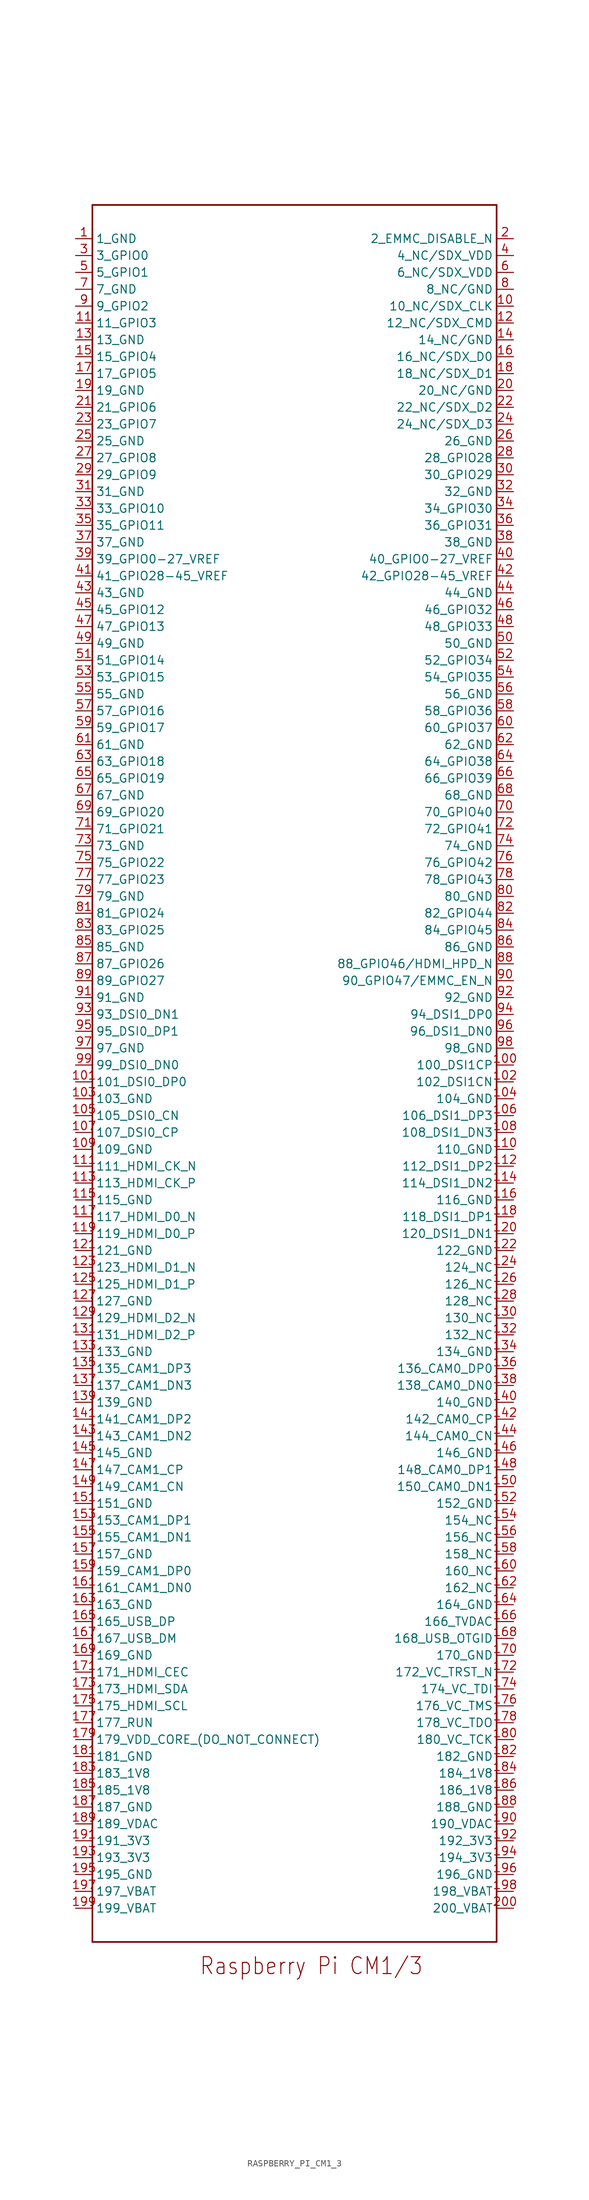
<source format=kicad_sym>
(kicad_symbol_lib
  (version 20211014)
  (generator kicad_symbol_editor)
  (symbol "RASPBERRY_PI_CM1_3"
    (pin_names)
    (property "Reference" "U"
      (at 0 0 0)
      (effects (font (size 1.27 1.27)) (justify left bottom) hide))
    (property "Datasheet" ""
      (at 0 0 0))
    (property "ki_fp_filters" "FlashPCB_DevBoards:RASPBERRY_PI_CM3_1 FlashPCB_DevBoards:RASPBERRY_PI_CM3_1_MOUNTHOLES"
      (at 0 0 0))
    (symbol "RASPBERRY_PI_CM1_3_1_1"
      (text "Raspberry Pi CM1/3" (at 2.54 -144.78 0) (effects (font (size 2.54 2.172)) (justify bottom)))
      (polyline (pts (xy -30.48 121.92) (xy 30.48 121.92)) (stroke (width 0.254)) (fill (type none)))
      (polyline (pts (xy 30.48 121.92) (xy 30.48 -139.7)) (stroke (width 0.254)) (fill (type none)))
      (polyline (pts (xy 30.48 -139.7) (xy -30.48 -139.7)) (stroke (width 0.254)) (fill (type none)))
      (polyline (pts (xy -30.48 -139.7) (xy -30.48 121.92)) (stroke (width 0.254)) (fill (type none)))
      (pin bidirectional line (at -33.02 116.84 0) (length 2.54) (name "1_GND" (effects (font (size 1.27 1.27)))) (number "1" (effects (font (size 1.27 1.27)))))
      (pin bidirectional line (at 33.02 116.84 180) (length 2.54) (name "2_EMMC_DISABLE_N" (effects (font (size 1.27 1.27)))) (number "2" (effects (font (size 1.27 1.27)))))
      (pin bidirectional line (at -33.02 114.3 0) (length 2.54) (name "3_GPIO0" (effects (font (size 1.27 1.27)))) (number "3" (effects (font (size 1.27 1.27)))))
      (pin bidirectional line (at 33.02 114.3 180) (length 2.54) (name "4_NC/SDX_VDD" (effects (font (size 1.27 1.27)))) (number "4" (effects (font (size 1.27 1.27)))))
      (pin bidirectional line (at -33.02 111.76 0) (length 2.54) (name "5_GPIO1" (effects (font (size 1.27 1.27)))) (number "5" (effects (font (size 1.27 1.27)))))
      (pin bidirectional line (at 33.02 111.76 180) (length 2.54) (name "6_NC/SDX_VDD" (effects (font (size 1.27 1.27)))) (number "6" (effects (font (size 1.27 1.27)))))
      (pin bidirectional line (at -33.02 109.22 0) (length 2.54) (name "7_GND" (effects (font (size 1.27 1.27)))) (number "7" (effects (font (size 1.27 1.27)))))
      (pin bidirectional line (at 33.02 109.22 180) (length 2.54) (name "8_NC/GND" (effects (font (size 1.27 1.27)))) (number "8" (effects (font (size 1.27 1.27)))))
      (pin bidirectional line (at -33.02 106.68 0) (length 2.54) (name "9_GPIO2" (effects (font (size 1.27 1.27)))) (number "9" (effects (font (size 1.27 1.27)))))
      (pin bidirectional line (at 33.02 106.68 180) (length 2.54) (name "10_NC/SDX_CLK" (effects (font (size 1.27 1.27)))) (number "10" (effects (font (size 1.27 1.27)))))
      (pin bidirectional line (at -33.02 104.14 0) (length 2.54) (name "11_GPIO3" (effects (font (size 1.27 1.27)))) (number "11" (effects (font (size 1.27 1.27)))))
      (pin bidirectional line (at 33.02 104.14 180) (length 2.54) (name "12_NC/SDX_CMD" (effects (font (size 1.27 1.27)))) (number "12" (effects (font (size 1.27 1.27)))))
      (pin bidirectional line (at -33.02 101.6 0) (length 2.54) (name "13_GND" (effects (font (size 1.27 1.27)))) (number "13" (effects (font (size 1.27 1.27)))))
      (pin bidirectional line (at 33.02 101.6 180) (length 2.54) (name "14_NC/GND" (effects (font (size 1.27 1.27)))) (number "14" (effects (font (size 1.27 1.27)))))
      (pin bidirectional line (at -33.02 99.06 0) (length 2.54) (name "15_GPIO4" (effects (font (size 1.27 1.27)))) (number "15" (effects (font (size 1.27 1.27)))))
      (pin bidirectional line (at 33.02 99.06 180) (length 2.54) (name "16_NC/SDX_D0" (effects (font (size 1.27 1.27)))) (number "16" (effects (font (size 1.27 1.27)))))
      (pin bidirectional line (at -33.02 96.52 0) (length 2.54) (name "17_GPIO5" (effects (font (size 1.27 1.27)))) (number "17" (effects (font (size 1.27 1.27)))))
      (pin bidirectional line (at 33.02 96.52 180) (length 2.54) (name "18_NC/SDX_D1" (effects (font (size 1.27 1.27)))) (number "18" (effects (font (size 1.27 1.27)))))
      (pin bidirectional line (at -33.02 93.98 0) (length 2.54) (name "19_GND" (effects (font (size 1.27 1.27)))) (number "19" (effects (font (size 1.27 1.27)))))
      (pin bidirectional line (at 33.02 93.98 180) (length 2.54) (name "20_NC/GND" (effects (font (size 1.27 1.27)))) (number "20" (effects (font (size 1.27 1.27)))))
      (pin bidirectional line (at -33.02 91.44 0) (length 2.54) (name "21_GPIO6" (effects (font (size 1.27 1.27)))) (number "21" (effects (font (size 1.27 1.27)))))
      (pin bidirectional line (at 33.02 91.44 180) (length 2.54) (name "22_NC/SDX_D2" (effects (font (size 1.27 1.27)))) (number "22" (effects (font (size 1.27 1.27)))))
      (pin bidirectional line (at -33.02 88.9 0) (length 2.54) (name "23_GPIO7" (effects (font (size 1.27 1.27)))) (number "23" (effects (font (size 1.27 1.27)))))
      (pin bidirectional line (at 33.02 88.9 180) (length 2.54) (name "24_NC/SDX_D3" (effects (font (size 1.27 1.27)))) (number "24" (effects (font (size 1.27 1.27)))))
      (pin bidirectional line (at -33.02 86.36 0) (length 2.54) (name "25_GND" (effects (font (size 1.27 1.27)))) (number "25" (effects (font (size 1.27 1.27)))))
      (pin bidirectional line (at 33.02 86.36 180) (length 2.54) (name "26_GND" (effects (font (size 1.27 1.27)))) (number "26" (effects (font (size 1.27 1.27)))))
      (pin bidirectional line (at -33.02 83.82 0) (length 2.54) (name "27_GPIO8" (effects (font (size 1.27 1.27)))) (number "27" (effects (font (size 1.27 1.27)))))
      (pin bidirectional line (at 33.02 83.82 180) (length 2.54) (name "28_GPIO28" (effects (font (size 1.27 1.27)))) (number "28" (effects (font (size 1.27 1.27)))))
      (pin bidirectional line (at -33.02 81.28 0) (length 2.54) (name "29_GPIO9" (effects (font (size 1.27 1.27)))) (number "29" (effects (font (size 1.27 1.27)))))
      (pin bidirectional line (at 33.02 81.28 180) (length 2.54) (name "30_GPIO29" (effects (font (size 1.27 1.27)))) (number "30" (effects (font (size 1.27 1.27)))))
      (pin bidirectional line (at -33.02 78.74 0) (length 2.54) (name "31_GND" (effects (font (size 1.27 1.27)))) (number "31" (effects (font (size 1.27 1.27)))))
      (pin bidirectional line (at 33.02 78.74 180) (length 2.54) (name "32_GND" (effects (font (size 1.27 1.27)))) (number "32" (effects (font (size 1.27 1.27)))))
      (pin bidirectional line (at -33.02 76.2 0) (length 2.54) (name "33_GPIO10" (effects (font (size 1.27 1.27)))) (number "33" (effects (font (size 1.27 1.27)))))
      (pin bidirectional line (at 33.02 76.2 180) (length 2.54) (name "34_GPIO30" (effects (font (size 1.27 1.27)))) (number "34" (effects (font (size 1.27 1.27)))))
      (pin bidirectional line (at -33.02 73.66 0) (length 2.54) (name "35_GPIO11" (effects (font (size 1.27 1.27)))) (number "35" (effects (font (size 1.27 1.27)))))
      (pin bidirectional line (at 33.02 73.66 180) (length 2.54) (name "36_GPIO31" (effects (font (size 1.27 1.27)))) (number "36" (effects (font (size 1.27 1.27)))))
      (pin bidirectional line (at -33.02 71.12 0) (length 2.54) (name "37_GND" (effects (font (size 1.27 1.27)))) (number "37" (effects (font (size 1.27 1.27)))))
      (pin bidirectional line (at 33.02 71.12 180) (length 2.54) (name "38_GND" (effects (font (size 1.27 1.27)))) (number "38" (effects (font (size 1.27 1.27)))))
      (pin bidirectional line (at -33.02 68.58 0) (length 2.54) (name "39_GPIO0-27_VREF" (effects (font (size 1.27 1.27)))) (number "39" (effects (font (size 1.27 1.27)))))
      (pin bidirectional line (at 33.02 68.58 180) (length 2.54) (name "40_GPIO0-27_VREF" (effects (font (size 1.27 1.27)))) (number "40" (effects (font (size 1.27 1.27)))))
      (pin bidirectional line (at -33.02 66.04 0) (length 2.54) (name "41_GPIO28-45_VREF" (effects (font (size 1.27 1.27)))) (number "41" (effects (font (size 1.27 1.27)))))
      (pin bidirectional line (at 33.02 66.04 180) (length 2.54) (name "42_GPIO28-45_VREF" (effects (font (size 1.27 1.27)))) (number "42" (effects (font (size 1.27 1.27)))))
      (pin bidirectional line (at -33.02 63.5 0) (length 2.54) (name "43_GND" (effects (font (size 1.27 1.27)))) (number "43" (effects (font (size 1.27 1.27)))))
      (pin bidirectional line (at 33.02 63.5 180) (length 2.54) (name "44_GND" (effects (font (size 1.27 1.27)))) (number "44" (effects (font (size 1.27 1.27)))))
      (pin bidirectional line (at -33.02 60.96 0) (length 2.54) (name "45_GPIO12" (effects (font (size 1.27 1.27)))) (number "45" (effects (font (size 1.27 1.27)))))
      (pin bidirectional line (at 33.02 60.96 180) (length 2.54) (name "46_GPIO32" (effects (font (size 1.27 1.27)))) (number "46" (effects (font (size 1.27 1.27)))))
      (pin bidirectional line (at -33.02 58.42 0) (length 2.54) (name "47_GPIO13" (effects (font (size 1.27 1.27)))) (number "47" (effects (font (size 1.27 1.27)))))
      (pin bidirectional line (at 33.02 58.42 180) (length 2.54) (name "48_GPIO33" (effects (font (size 1.27 1.27)))) (number "48" (effects (font (size 1.27 1.27)))))
      (pin bidirectional line (at -33.02 55.88 0) (length 2.54) (name "49_GND" (effects (font (size 1.27 1.27)))) (number "49" (effects (font (size 1.27 1.27)))))
      (pin bidirectional line (at 33.02 55.88 180) (length 2.54) (name "50_GND" (effects (font (size 1.27 1.27)))) (number "50" (effects (font (size 1.27 1.27)))))
      (pin bidirectional line (at -33.02 53.34 0) (length 2.54) (name "51_GPIO14" (effects (font (size 1.27 1.27)))) (number "51" (effects (font (size 1.27 1.27)))))
      (pin bidirectional line (at 33.02 53.34 180) (length 2.54) (name "52_GPIO34" (effects (font (size 1.27 1.27)))) (number "52" (effects (font (size 1.27 1.27)))))
      (pin bidirectional line (at -33.02 50.8 0) (length 2.54) (name "53_GPIO15" (effects (font (size 1.27 1.27)))) (number "53" (effects (font (size 1.27 1.27)))))
      (pin bidirectional line (at 33.02 50.8 180) (length 2.54) (name "54_GPIO35" (effects (font (size 1.27 1.27)))) (number "54" (effects (font (size 1.27 1.27)))))
      (pin bidirectional line (at -33.02 48.26 0) (length 2.54) (name "55_GND" (effects (font (size 1.27 1.27)))) (number "55" (effects (font (size 1.27 1.27)))))
      (pin bidirectional line (at 33.02 48.26 180) (length 2.54) (name "56_GND" (effects (font (size 1.27 1.27)))) (number "56" (effects (font (size 1.27 1.27)))))
      (pin bidirectional line (at -33.02 45.72 0) (length 2.54) (name "57_GPIO16" (effects (font (size 1.27 1.27)))) (number "57" (effects (font (size 1.27 1.27)))))
      (pin bidirectional line (at 33.02 45.72 180) (length 2.54) (name "58_GPIO36" (effects (font (size 1.27 1.27)))) (number "58" (effects (font (size 1.27 1.27)))))
      (pin bidirectional line (at -33.02 43.18 0) (length 2.54) (name "59_GPIO17" (effects (font (size 1.27 1.27)))) (number "59" (effects (font (size 1.27 1.27)))))
      (pin bidirectional line (at 33.02 43.18 180) (length 2.54) (name "60_GPIO37" (effects (font (size 1.27 1.27)))) (number "60" (effects (font (size 1.27 1.27)))))
      (pin bidirectional line (at -33.02 40.64 0) (length 2.54) (name "61_GND" (effects (font (size 1.27 1.27)))) (number "61" (effects (font (size 1.27 1.27)))))
      (pin bidirectional line (at 33.02 40.64 180) (length 2.54) (name "62_GND" (effects (font (size 1.27 1.27)))) (number "62" (effects (font (size 1.27 1.27)))))
      (pin bidirectional line (at -33.02 38.1 0) (length 2.54) (name "63_GPIO18" (effects (font (size 1.27 1.27)))) (number "63" (effects (font (size 1.27 1.27)))))
      (pin bidirectional line (at 33.02 38.1 180) (length 2.54) (name "64_GPIO38" (effects (font (size 1.27 1.27)))) (number "64" (effects (font (size 1.27 1.27)))))
      (pin bidirectional line (at -33.02 35.56 0) (length 2.54) (name "65_GPIO19" (effects (font (size 1.27 1.27)))) (number "65" (effects (font (size 1.27 1.27)))))
      (pin bidirectional line (at 33.02 35.56 180) (length 2.54) (name "66_GPIO39" (effects (font (size 1.27 1.27)))) (number "66" (effects (font (size 1.27 1.27)))))
      (pin bidirectional line (at -33.02 33.02 0) (length 2.54) (name "67_GND" (effects (font (size 1.27 1.27)))) (number "67" (effects (font (size 1.27 1.27)))))
      (pin bidirectional line (at 33.02 33.02 180) (length 2.54) (name "68_GND" (effects (font (size 1.27 1.27)))) (number "68" (effects (font (size 1.27 1.27)))))
      (pin bidirectional line (at -33.02 30.48 0) (length 2.54) (name "69_GPIO20" (effects (font (size 1.27 1.27)))) (number "69" (effects (font (size 1.27 1.27)))))
      (pin bidirectional line (at 33.02 30.48 180) (length 2.54) (name "70_GPIO40" (effects (font (size 1.27 1.27)))) (number "70" (effects (font (size 1.27 1.27)))))
      (pin bidirectional line (at -33.02 27.94 0) (length 2.54) (name "71_GPIO21" (effects (font (size 1.27 1.27)))) (number "71" (effects (font (size 1.27 1.27)))))
      (pin bidirectional line (at 33.02 27.94 180) (length 2.54) (name "72_GPIO41" (effects (font (size 1.27 1.27)))) (number "72" (effects (font (size 1.27 1.27)))))
      (pin bidirectional line (at -33.02 25.4 0) (length 2.54) (name "73_GND" (effects (font (size 1.27 1.27)))) (number "73" (effects (font (size 1.27 1.27)))))
      (pin bidirectional line (at 33.02 25.4 180) (length 2.54) (name "74_GND" (effects (font (size 1.27 1.27)))) (number "74" (effects (font (size 1.27 1.27)))))
      (pin bidirectional line (at -33.02 22.86 0) (length 2.54) (name "75_GPIO22" (effects (font (size 1.27 1.27)))) (number "75" (effects (font (size 1.27 1.27)))))
      (pin bidirectional line (at 33.02 22.86 180) (length 2.54) (name "76_GPIO42" (effects (font (size 1.27 1.27)))) (number "76" (effects (font (size 1.27 1.27)))))
      (pin bidirectional line (at -33.02 20.32 0) (length 2.54) (name "77_GPIO23" (effects (font (size 1.27 1.27)))) (number "77" (effects (font (size 1.27 1.27)))))
      (pin bidirectional line (at 33.02 20.32 180) (length 2.54) (name "78_GPIO43" (effects (font (size 1.27 1.27)))) (number "78" (effects (font (size 1.27 1.27)))))
      (pin bidirectional line (at -33.02 17.78 0) (length 2.54) (name "79_GND" (effects (font (size 1.27 1.27)))) (number "79" (effects (font (size 1.27 1.27)))))
      (pin bidirectional line (at 33.02 17.78 180) (length 2.54) (name "80_GND" (effects (font (size 1.27 1.27)))) (number "80" (effects (font (size 1.27 1.27)))))
      (pin bidirectional line (at -33.02 15.24 0) (length 2.54) (name "81_GPIO24" (effects (font (size 1.27 1.27)))) (number "81" (effects (font (size 1.27 1.27)))))
      (pin bidirectional line (at 33.02 15.24 180) (length 2.54) (name "82_GPIO44" (effects (font (size 1.27 1.27)))) (number "82" (effects (font (size 1.27 1.27)))))
      (pin bidirectional line (at -33.02 12.7 0) (length 2.54) (name "83_GPIO25" (effects (font (size 1.27 1.27)))) (number "83" (effects (font (size 1.27 1.27)))))
      (pin bidirectional line (at 33.02 12.7 180) (length 2.54) (name "84_GPIO45" (effects (font (size 1.27 1.27)))) (number "84" (effects (font (size 1.27 1.27)))))
      (pin bidirectional line (at -33.02 10.16 0) (length 2.54) (name "85_GND" (effects (font (size 1.27 1.27)))) (number "85" (effects (font (size 1.27 1.27)))))
      (pin bidirectional line (at 33.02 10.16 180) (length 2.54) (name "86_GND" (effects (font (size 1.27 1.27)))) (number "86" (effects (font (size 1.27 1.27)))))
      (pin bidirectional line (at -33.02 7.62 0) (length 2.54) (name "87_GPIO26" (effects (font (size 1.27 1.27)))) (number "87" (effects (font (size 1.27 1.27)))))
      (pin bidirectional line (at 33.02 7.62 180) (length 2.54) (name "88_GPIO46/HDMI_HPD_N" (effects (font (size 1.27 1.27)))) (number "88" (effects (font (size 1.27 1.27)))))
      (pin bidirectional line (at -33.02 5.08 0) (length 2.54) (name "89_GPIO27" (effects (font (size 1.27 1.27)))) (number "89" (effects (font (size 1.27 1.27)))))
      (pin bidirectional line (at 33.02 5.08 180) (length 2.54) (name "90_GPIO47/EMMC_EN_N" (effects (font (size 1.27 1.27)))) (number "90" (effects (font (size 1.27 1.27)))))
      (pin bidirectional line (at -33.02 2.54 0) (length 2.54) (name "91_GND" (effects (font (size 1.27 1.27)))) (number "91" (effects (font (size 1.27 1.27)))))
      (pin bidirectional line (at 33.02 2.54 180) (length 2.54) (name "92_GND" (effects (font (size 1.27 1.27)))) (number "92" (effects (font (size 1.27 1.27)))))
      (pin bidirectional line (at -33.02 0 0) (length 2.54) (name "93_DSI0_DN1" (effects (font (size 1.27 1.27)))) (number "93" (effects (font (size 1.27 1.27)))))
      (pin bidirectional line (at 33.02 0 180) (length 2.54) (name "94_DSI1_DP0" (effects (font (size 1.27 1.27)))) (number "94" (effects (font (size 1.27 1.27)))))
      (pin bidirectional line (at -33.02 -2.54 0) (length 2.54) (name "95_DSI0_DP1" (effects (font (size 1.27 1.27)))) (number "95" (effects (font (size 1.27 1.27)))))
      (pin bidirectional line (at 33.02 -2.54 180) (length 2.54) (name "96_DSI1_DN0" (effects (font (size 1.27 1.27)))) (number "96" (effects (font (size 1.27 1.27)))))
      (pin bidirectional line (at -33.02 -5.08 0) (length 2.54) (name "97_GND" (effects (font (size 1.27 1.27)))) (number "97" (effects (font (size 1.27 1.27)))))
      (pin bidirectional line (at 33.02 -5.08 180) (length 2.54) (name "98_GND" (effects (font (size 1.27 1.27)))) (number "98" (effects (font (size 1.27 1.27)))))
      (pin bidirectional line (at -33.02 -7.62 0) (length 2.54) (name "99_DSI0_DN0" (effects (font (size 1.27 1.27)))) (number "99" (effects (font (size 1.27 1.27)))))
      (pin bidirectional line (at 33.02 -7.62 180) (length 2.54) (name "100_DSI1CP" (effects (font (size 1.27 1.27)))) (number "100" (effects (font (size 1.27 1.27)))))
      (pin bidirectional line (at -33.02 -10.16 0) (length 2.54) (name "101_DSI0_DP0" (effects (font (size 1.27 1.27)))) (number "101" (effects (font (size 1.27 1.27)))))
      (pin bidirectional line (at 33.02 -10.16 180) (length 2.54) (name "102_DSI1CN" (effects (font (size 1.27 1.27)))) (number "102" (effects (font (size 1.27 1.27)))))
      (pin bidirectional line (at -33.02 -12.7 0) (length 2.54) (name "103_GND" (effects (font (size 1.27 1.27)))) (number "103" (effects (font (size 1.27 1.27)))))
      (pin bidirectional line (at 33.02 -12.7 180) (length 2.54) (name "104_GND" (effects (font (size 1.27 1.27)))) (number "104" (effects (font (size 1.27 1.27)))))
      (pin bidirectional line (at -33.02 -15.24 0) (length 2.54) (name "105_DSI0_CN" (effects (font (size 1.27 1.27)))) (number "105" (effects (font (size 1.27 1.27)))))
      (pin bidirectional line (at 33.02 -15.24 180) (length 2.54) (name "106_DSI1_DP3" (effects (font (size 1.27 1.27)))) (number "106" (effects (font (size 1.27 1.27)))))
      (pin bidirectional line (at -33.02 -17.78 0) (length 2.54) (name "107_DSI0_CP" (effects (font (size 1.27 1.27)))) (number "107" (effects (font (size 1.27 1.27)))))
      (pin bidirectional line (at 33.02 -17.78 180) (length 2.54) (name "108_DSI1_DN3" (effects (font (size 1.27 1.27)))) (number "108" (effects (font (size 1.27 1.27)))))
      (pin bidirectional line (at -33.02 -20.32 0) (length 2.54) (name "109_GND" (effects (font (size 1.27 1.27)))) (number "109" (effects (font (size 1.27 1.27)))))
      (pin bidirectional line (at 33.02 -20.32 180) (length 2.54) (name "110_GND" (effects (font (size 1.27 1.27)))) (number "110" (effects (font (size 1.27 1.27)))))
      (pin bidirectional line (at -33.02 -22.86 0) (length 2.54) (name "111_HDMI_CK_N" (effects (font (size 1.27 1.27)))) (number "111" (effects (font (size 1.27 1.27)))))
      (pin bidirectional line (at 33.02 -22.86 180) (length 2.54) (name "112_DSI1_DP2" (effects (font (size 1.27 1.27)))) (number "112" (effects (font (size 1.27 1.27)))))
      (pin bidirectional line (at -33.02 -25.4 0) (length 2.54) (name "113_HDMI_CK_P" (effects (font (size 1.27 1.27)))) (number "113" (effects (font (size 1.27 1.27)))))
      (pin bidirectional line (at 33.02 -25.4 180) (length 2.54) (name "114_DSI1_DN2" (effects (font (size 1.27 1.27)))) (number "114" (effects (font (size 1.27 1.27)))))
      (pin bidirectional line (at -33.02 -27.94 0) (length 2.54) (name "115_GND" (effects (font (size 1.27 1.27)))) (number "115" (effects (font (size 1.27 1.27)))))
      (pin bidirectional line (at 33.02 -27.94 180) (length 2.54) (name "116_GND" (effects (font (size 1.27 1.27)))) (number "116" (effects (font (size 1.27 1.27)))))
      (pin bidirectional line (at -33.02 -30.48 0) (length 2.54) (name "117_HDMI_D0_N" (effects (font (size 1.27 1.27)))) (number "117" (effects (font (size 1.27 1.27)))))
      (pin bidirectional line (at 33.02 -30.48 180) (length 2.54) (name "118_DSI1_DP1" (effects (font (size 1.27 1.27)))) (number "118" (effects (font (size 1.27 1.27)))))
      (pin bidirectional line (at -33.02 -33.02 0) (length 2.54) (name "119_HDMI_D0_P" (effects (font (size 1.27 1.27)))) (number "119" (effects (font (size 1.27 1.27)))))
      (pin bidirectional line (at 33.02 -33.02 180) (length 2.54) (name "120_DSI1_DN1" (effects (font (size 1.27 1.27)))) (number "120" (effects (font (size 1.27 1.27)))))
      (pin bidirectional line (at -33.02 -35.56 0) (length 2.54) (name "121_GND" (effects (font (size 1.27 1.27)))) (number "121" (effects (font (size 1.27 1.27)))))
      (pin bidirectional line (at 33.02 -35.56 180) (length 2.54) (name "122_GND" (effects (font (size 1.27 1.27)))) (number "122" (effects (font (size 1.27 1.27)))))
      (pin bidirectional line (at -33.02 -38.1 0) (length 2.54) (name "123_HDMI_D1_N" (effects (font (size 1.27 1.27)))) (number "123" (effects (font (size 1.27 1.27)))))
      (pin bidirectional line (at 33.02 -38.1 180) (length 2.54) (name "124_NC" (effects (font (size 1.27 1.27)))) (number "124" (effects (font (size 1.27 1.27)))))
      (pin bidirectional line (at -33.02 -40.64 0) (length 2.54) (name "125_HDMI_D1_P" (effects (font (size 1.27 1.27)))) (number "125" (effects (font (size 1.27 1.27)))))
      (pin bidirectional line (at 33.02 -40.64 180) (length 2.54) (name "126_NC" (effects (font (size 1.27 1.27)))) (number "126" (effects (font (size 1.27 1.27)))))
      (pin bidirectional line (at -33.02 -43.18 0) (length 2.54) (name "127_GND" (effects (font (size 1.27 1.27)))) (number "127" (effects (font (size 1.27 1.27)))))
      (pin bidirectional line (at 33.02 -43.18 180) (length 2.54) (name "128_NC" (effects (font (size 1.27 1.27)))) (number "128" (effects (font (size 1.27 1.27)))))
      (pin bidirectional line (at -33.02 -45.72 0) (length 2.54) (name "129_HDMI_D2_N" (effects (font (size 1.27 1.27)))) (number "129" (effects (font (size 1.27 1.27)))))
      (pin bidirectional line (at 33.02 -45.72 180) (length 2.54) (name "130_NC" (effects (font (size 1.27 1.27)))) (number "130" (effects (font (size 1.27 1.27)))))
      (pin bidirectional line (at -33.02 -48.26 0) (length 2.54) (name "131_HDMI_D2_P" (effects (font (size 1.27 1.27)))) (number "131" (effects (font (size 1.27 1.27)))))
      (pin bidirectional line (at 33.02 -48.26 180) (length 2.54) (name "132_NC" (effects (font (size 1.27 1.27)))) (number "132" (effects (font (size 1.27 1.27)))))
      (pin bidirectional line (at -33.02 -50.8 0) (length 2.54) (name "133_GND" (effects (font (size 1.27 1.27)))) (number "133" (effects (font (size 1.27 1.27)))))
      (pin bidirectional line (at 33.02 -50.8 180) (length 2.54) (name "134_GND" (effects (font (size 1.27 1.27)))) (number "134" (effects (font (size 1.27 1.27)))))
      (pin bidirectional line (at -33.02 -53.34 0) (length 2.54) (name "135_CAM1_DP3" (effects (font (size 1.27 1.27)))) (number "135" (effects (font (size 1.27 1.27)))))
      (pin bidirectional line (at 33.02 -53.34 180) (length 2.54) (name "136_CAM0_DP0" (effects (font (size 1.27 1.27)))) (number "136" (effects (font (size 1.27 1.27)))))
      (pin bidirectional line (at -33.02 -55.88 0) (length 2.54) (name "137_CAM1_DN3" (effects (font (size 1.27 1.27)))) (number "137" (effects (font (size 1.27 1.27)))))
      (pin bidirectional line (at 33.02 -55.88 180) (length 2.54) (name "138_CAM0_DN0" (effects (font (size 1.27 1.27)))) (number "138" (effects (font (size 1.27 1.27)))))
      (pin bidirectional line (at -33.02 -58.42 0) (length 2.54) (name "139_GND" (effects (font (size 1.27 1.27)))) (number "139" (effects (font (size 1.27 1.27)))))
      (pin bidirectional line (at 33.02 -58.42 180) (length 2.54) (name "140_GND" (effects (font (size 1.27 1.27)))) (number "140" (effects (font (size 1.27 1.27)))))
      (pin bidirectional line (at -33.02 -60.96 0) (length 2.54) (name "141_CAM1_DP2" (effects (font (size 1.27 1.27)))) (number "141" (effects (font (size 1.27 1.27)))))
      (pin bidirectional line (at 33.02 -60.96 180) (length 2.54) (name "142_CAM0_CP" (effects (font (size 1.27 1.27)))) (number "142" (effects (font (size 1.27 1.27)))))
      (pin bidirectional line (at -33.02 -63.5 0) (length 2.54) (name "143_CAM1_DN2" (effects (font (size 1.27 1.27)))) (number "143" (effects (font (size 1.27 1.27)))))
      (pin bidirectional line (at 33.02 -63.5 180) (length 2.54) (name "144_CAM0_CN" (effects (font (size 1.27 1.27)))) (number "144" (effects (font (size 1.27 1.27)))))
      (pin bidirectional line (at -33.02 -66.04 0) (length 2.54) (name "145_GND" (effects (font (size 1.27 1.27)))) (number "145" (effects (font (size 1.27 1.27)))))
      (pin bidirectional line (at 33.02 -66.04 180) (length 2.54) (name "146_GND" (effects (font (size 1.27 1.27)))) (number "146" (effects (font (size 1.27 1.27)))))
      (pin bidirectional line (at -33.02 -68.58 0) (length 2.54) (name "147_CAM1_CP" (effects (font (size 1.27 1.27)))) (number "147" (effects (font (size 1.27 1.27)))))
      (pin bidirectional line (at 33.02 -68.58 180) (length 2.54) (name "148_CAM0_DP1" (effects (font (size 1.27 1.27)))) (number "148" (effects (font (size 1.27 1.27)))))
      (pin bidirectional line (at -33.02 -71.12 0) (length 2.54) (name "149_CAM1_CN" (effects (font (size 1.27 1.27)))) (number "149" (effects (font (size 1.27 1.27)))))
      (pin bidirectional line (at 33.02 -71.12 180) (length 2.54) (name "150_CAM0_DN1" (effects (font (size 1.27 1.27)))) (number "150" (effects (font (size 1.27 1.27)))))
      (pin bidirectional line (at -33.02 -73.66 0) (length 2.54) (name "151_GND" (effects (font (size 1.27 1.27)))) (number "151" (effects (font (size 1.27 1.27)))))
      (pin bidirectional line (at 33.02 -73.66 180) (length 2.54) (name "152_GND" (effects (font (size 1.27 1.27)))) (number "152" (effects (font (size 1.27 1.27)))))
      (pin bidirectional line (at -33.02 -76.2 0) (length 2.54) (name "153_CAM1_DP1" (effects (font (size 1.27 1.27)))) (number "153" (effects (font (size 1.27 1.27)))))
      (pin bidirectional line (at 33.02 -76.2 180) (length 2.54) (name "154_NC" (effects (font (size 1.27 1.27)))) (number "154" (effects (font (size 1.27 1.27)))))
      (pin bidirectional line (at -33.02 -78.74 0) (length 2.54) (name "155_CAM1_DN1" (effects (font (size 1.27 1.27)))) (number "155" (effects (font (size 1.27 1.27)))))
      (pin bidirectional line (at 33.02 -78.74 180) (length 2.54) (name "156_NC" (effects (font (size 1.27 1.27)))) (number "156" (effects (font (size 1.27 1.27)))))
      (pin bidirectional line (at -33.02 -81.28 0) (length 2.54) (name "157_GND" (effects (font (size 1.27 1.27)))) (number "157" (effects (font (size 1.27 1.27)))))
      (pin bidirectional line (at 33.02 -81.28 180) (length 2.54) (name "158_NC" (effects (font (size 1.27 1.27)))) (number "158" (effects (font (size 1.27 1.27)))))
      (pin bidirectional line (at -33.02 -83.82 0) (length 2.54) (name "159_CAM1_DP0" (effects (font (size 1.27 1.27)))) (number "159" (effects (font (size 1.27 1.27)))))
      (pin bidirectional line (at 33.02 -83.82 180) (length 2.54) (name "160_NC" (effects (font (size 1.27 1.27)))) (number "160" (effects (font (size 1.27 1.27)))))
      (pin bidirectional line (at -33.02 -86.36 0) (length 2.54) (name "161_CAM1_DN0" (effects (font (size 1.27 1.27)))) (number "161" (effects (font (size 1.27 1.27)))))
      (pin bidirectional line (at 33.02 -86.36 180) (length 2.54) (name "162_NC" (effects (font (size 1.27 1.27)))) (number "162" (effects (font (size 1.27 1.27)))))
      (pin bidirectional line (at -33.02 -88.9 0) (length 2.54) (name "163_GND" (effects (font (size 1.27 1.27)))) (number "163" (effects (font (size 1.27 1.27)))))
      (pin bidirectional line (at 33.02 -88.9 180) (length 2.54) (name "164_GND" (effects (font (size 1.27 1.27)))) (number "164" (effects (font (size 1.27 1.27)))))
      (pin bidirectional line (at -33.02 -91.44 0) (length 2.54) (name "165_USB_DP" (effects (font (size 1.27 1.27)))) (number "165" (effects (font (size 1.27 1.27)))))
      (pin bidirectional line (at 33.02 -91.44 180) (length 2.54) (name "166_TVDAC" (effects (font (size 1.27 1.27)))) (number "166" (effects (font (size 1.27 1.27)))))
      (pin bidirectional line (at -33.02 -93.98 0) (length 2.54) (name "167_USB_DM" (effects (font (size 1.27 1.27)))) (number "167" (effects (font (size 1.27 1.27)))))
      (pin bidirectional line (at 33.02 -93.98 180) (length 2.54) (name "168_USB_OTGID" (effects (font (size 1.27 1.27)))) (number "168" (effects (font (size 1.27 1.27)))))
      (pin bidirectional line (at -33.02 -96.52 0) (length 2.54) (name "169_GND" (effects (font (size 1.27 1.27)))) (number "169" (effects (font (size 1.27 1.27)))))
      (pin bidirectional line (at 33.02 -96.52 180) (length 2.54) (name "170_GND" (effects (font (size 1.27 1.27)))) (number "170" (effects (font (size 1.27 1.27)))))
      (pin bidirectional line (at -33.02 -99.06 0) (length 2.54) (name "171_HDMI_CEC" (effects (font (size 1.27 1.27)))) (number "171" (effects (font (size 1.27 1.27)))))
      (pin bidirectional line (at 33.02 -99.06 180) (length 2.54) (name "172_VC_TRST_N" (effects (font (size 1.27 1.27)))) (number "172" (effects (font (size 1.27 1.27)))))
      (pin bidirectional line (at -33.02 -101.6 0) (length 2.54) (name "173_HDMI_SDA" (effects (font (size 1.27 1.27)))) (number "173" (effects (font (size 1.27 1.27)))))
      (pin bidirectional line (at 33.02 -101.6 180) (length 2.54) (name "174_VC_TDI" (effects (font (size 1.27 1.27)))) (number "174" (effects (font (size 1.27 1.27)))))
      (pin bidirectional line (at -33.02 -104.14 0) (length 2.54) (name "175_HDMI_SCL" (effects (font (size 1.27 1.27)))) (number "175" (effects (font (size 1.27 1.27)))))
      (pin bidirectional line (at 33.02 -104.14 180) (length 2.54) (name "176_VC_TMS" (effects (font (size 1.27 1.27)))) (number "176" (effects (font (size 1.27 1.27)))))
      (pin bidirectional line (at -33.02 -106.68 0) (length 2.54) (name "177_RUN" (effects (font (size 1.27 1.27)))) (number "177" (effects (font (size 1.27 1.27)))))
      (pin bidirectional line (at 33.02 -106.68 180) (length 2.54) (name "178_VC_TDO" (effects (font (size 1.27 1.27)))) (number "178" (effects (font (size 1.27 1.27)))))
      (pin bidirectional line (at -33.02 -109.22 0) (length 2.54) (name "179_VDD_CORE_(DO_NOT_CONNECT)" (effects (font (size 1.27 1.27)))) (number "179" (effects (font (size 1.27 1.27)))))
      (pin bidirectional line (at 33.02 -109.22 180) (length 2.54) (name "180_VC_TCK" (effects (font (size 1.27 1.27)))) (number "180" (effects (font (size 1.27 1.27)))))
      (pin bidirectional line (at -33.02 -111.76 0) (length 2.54) (name "181_GND" (effects (font (size 1.27 1.27)))) (number "181" (effects (font (size 1.27 1.27)))))
      (pin bidirectional line (at 33.02 -111.76 180) (length 2.54) (name "182_GND" (effects (font (size 1.27 1.27)))) (number "182" (effects (font (size 1.27 1.27)))))
      (pin bidirectional line (at -33.02 -114.3 0) (length 2.54) (name "183_1V8" (effects (font (size 1.27 1.27)))) (number "183" (effects (font (size 1.27 1.27)))))
      (pin bidirectional line (at 33.02 -114.3 180) (length 2.54) (name "184_1V8" (effects (font (size 1.27 1.27)))) (number "184" (effects (font (size 1.27 1.27)))))
      (pin bidirectional line (at -33.02 -116.84 0) (length 2.54) (name "185_1V8" (effects (font (size 1.27 1.27)))) (number "185" (effects (font (size 1.27 1.27)))))
      (pin bidirectional line (at 33.02 -116.84 180) (length 2.54) (name "186_1V8" (effects (font (size 1.27 1.27)))) (number "186" (effects (font (size 1.27 1.27)))))
      (pin bidirectional line (at -33.02 -119.38 0) (length 2.54) (name "187_GND" (effects (font (size 1.27 1.27)))) (number "187" (effects (font (size 1.27 1.27)))))
      (pin bidirectional line (at 33.02 -119.38 180) (length 2.54) (name "188_GND" (effects (font (size 1.27 1.27)))) (number "188" (effects (font (size 1.27 1.27)))))
      (pin bidirectional line (at -33.02 -121.92 0) (length 2.54) (name "189_VDAC" (effects (font (size 1.27 1.27)))) (number "189" (effects (font (size 1.27 1.27)))))
      (pin bidirectional line (at 33.02 -121.92 180) (length 2.54) (name "190_VDAC" (effects (font (size 1.27 1.27)))) (number "190" (effects (font (size 1.27 1.27)))))
      (pin bidirectional line (at -33.02 -124.46 0) (length 2.54) (name "191_3V3" (effects (font (size 1.27 1.27)))) (number "191" (effects (font (size 1.27 1.27)))))
      (pin bidirectional line (at 33.02 -124.46 180) (length 2.54) (name "192_3V3" (effects (font (size 1.27 1.27)))) (number "192" (effects (font (size 1.27 1.27)))))
      (pin bidirectional line (at -33.02 -127 0) (length 2.54) (name "193_3V3" (effects (font (size 1.27 1.27)))) (number "193" (effects (font (size 1.27 1.27)))))
      (pin bidirectional line (at 33.02 -127 180) (length 2.54) (name "194_3V3" (effects (font (size 1.27 1.27)))) (number "194" (effects (font (size 1.27 1.27)))))
      (pin bidirectional line (at -33.02 -129.54 0) (length 2.54) (name "195_GND" (effects (font (size 1.27 1.27)))) (number "195" (effects (font (size 1.27 1.27)))))
      (pin bidirectional line (at 33.02 -129.54 180) (length 2.54) (name "196_GND" (effects (font (size 1.27 1.27)))) (number "196" (effects (font (size 1.27 1.27)))))
      (pin bidirectional line (at -33.02 -132.08 0) (length 2.54) (name "197_VBAT" (effects (font (size 1.27 1.27)))) (number "197" (effects (font (size 1.27 1.27)))))
      (pin bidirectional line (at 33.02 -132.08 180) (length 2.54) (name "198_VBAT" (effects (font (size 1.27 1.27)))) (number "198" (effects (font (size 1.27 1.27)))))
      (pin bidirectional line (at -33.02 -134.62 0) (length 2.54) (name "199_VBAT" (effects (font (size 1.27 1.27)))) (number "199" (effects (font (size 1.27 1.27)))))
      (pin bidirectional line (at 33.02 -134.62 180) (length 2.54) (name "200_VBAT" (effects (font (size 1.27 1.27)))) (number "200" (effects (font (size 1.27 1.27))))))))
</source>
